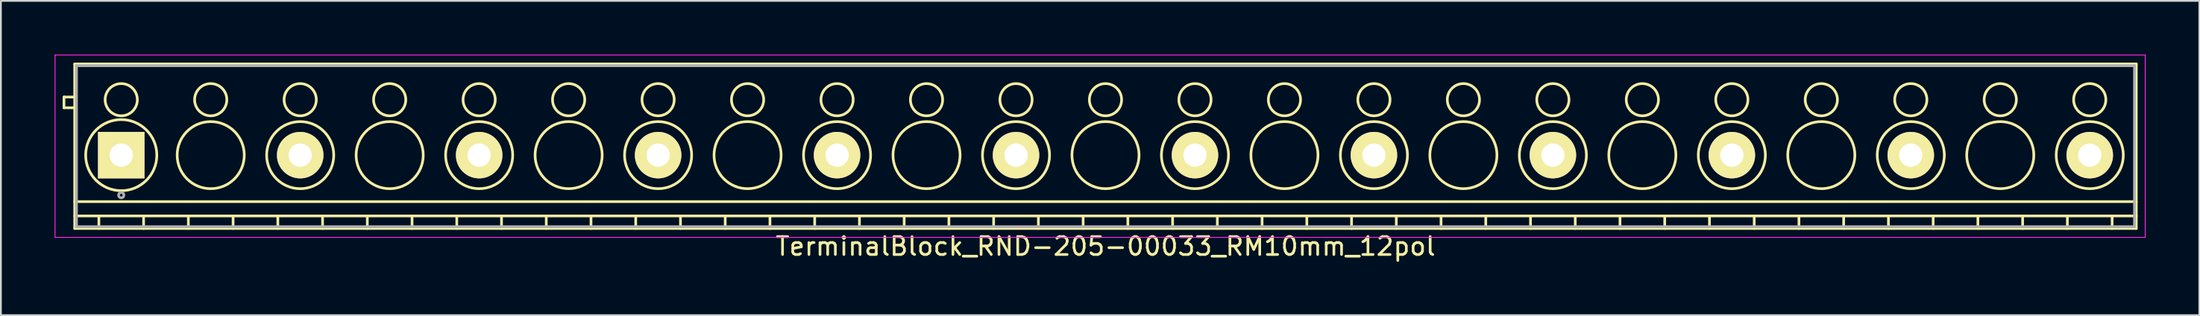
<source format=kicad_pcb>
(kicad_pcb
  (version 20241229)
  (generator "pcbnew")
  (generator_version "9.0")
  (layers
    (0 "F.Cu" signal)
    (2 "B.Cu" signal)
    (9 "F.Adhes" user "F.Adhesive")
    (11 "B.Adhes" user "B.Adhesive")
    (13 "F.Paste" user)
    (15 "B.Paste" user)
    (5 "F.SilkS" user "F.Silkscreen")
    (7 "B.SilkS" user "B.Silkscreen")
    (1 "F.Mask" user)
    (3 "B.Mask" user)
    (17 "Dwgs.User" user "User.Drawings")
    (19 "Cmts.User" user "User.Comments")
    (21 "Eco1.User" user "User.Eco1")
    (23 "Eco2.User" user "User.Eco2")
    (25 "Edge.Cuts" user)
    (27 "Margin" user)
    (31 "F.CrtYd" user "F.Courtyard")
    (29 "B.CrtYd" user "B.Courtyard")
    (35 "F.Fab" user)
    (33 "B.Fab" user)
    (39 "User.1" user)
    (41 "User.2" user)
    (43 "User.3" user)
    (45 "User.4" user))
  (footprint "TerminalBlock_RND-205-00033_RM10mm_12pol"
    (layer "F.Cu")
    (at 3.725 5.625)
    (property "Reference" "TerminalBlock_RND-205-00033_RM10mm_12pol" (at 55 5.1 0) (layer "F.SilkS") (effects (font (size 1 1) (thickness 0.15))))
    (attr through_hole)
    (fp_line (start -3.2 -3.25) (end -3.2 -2.65) (stroke (width 0.15) (type solid)) (layer "F.SilkS"))
    (fp_line (start -3.2 -2.65) (end -2.6 -2.65) (stroke (width 0.15) (type solid)) (layer "F.SilkS"))
    (fp_line (start -2.6 -5.1) (end 112.6 -5.1) (stroke (width 0.15) (type solid)) (layer "F.SilkS"))
    (fp_line (start -2.6 -3.25) (end -3.2 -3.25) (stroke (width 0.15) (type solid)) (layer "F.SilkS"))
    (fp_line (start -2.6 2.6) (end 112.6 2.6) (stroke (width 0.15) (type solid)) (layer "F.SilkS"))
    (fp_line (start -2.6 3.4) (end 112.6 3.4) (stroke (width 0.15) (type solid)) (layer "F.SilkS"))
    (fp_line (start -2.6 4.1) (end -2.6 -5.1) (stroke (width 0.15) (type solid)) (layer "F.SilkS"))
    (fp_line (start -1.25 3.4) (end -1.25 4.1) (stroke (width 0.15) (type solid)) (layer "F.SilkS"))
    (fp_line (start 1.25 3.4) (end 1.25 4.1) (stroke (width 0.15) (type solid)) (layer "F.SilkS"))
    (fp_line (start 3.75 3.4) (end 3.75 4.1) (stroke (width 0.15) (type solid)) (layer "F.SilkS"))
    (fp_line (start 6.25 3.4) (end 6.25 4.1) (stroke (width 0.15) (type solid)) (layer "F.SilkS"))
    (fp_line (start 8.75 3.4) (end 8.75 4.1) (stroke (width 0.15) (type solid)) (layer "F.SilkS"))
    (fp_line (start 11.25 3.4) (end 11.25 4.1) (stroke (width 0.15) (type solid)) (layer "F.SilkS"))
    (fp_line (start 13.75 3.4) (end 13.75 4.1) (stroke (width 0.15) (type solid)) (layer "F.SilkS"))
    (fp_line (start 16.25 3.4) (end 16.25 4.1) (stroke (width 0.15) (type solid)) (layer "F.SilkS"))
    (fp_line (start 18.75 3.4) (end 18.75 4.1) (stroke (width 0.15) (type solid)) (layer "F.SilkS"))
    (fp_line (start 21.25 3.4) (end 21.25 4.1) (stroke (width 0.15) (type solid)) (layer "F.SilkS"))
    (fp_line (start 23.75 3.4) (end 23.75 4.1) (stroke (width 0.15) (type solid)) (layer "F.SilkS"))
    (fp_line (start 26.25 3.4) (end 26.25 4.1) (stroke (width 0.15) (type solid)) (layer "F.SilkS"))
    (fp_line (start 28.75 3.4) (end 28.75 4.1) (stroke (width 0.15) (type solid)) (layer "F.SilkS"))
    (fp_line (start 31.25 3.4) (end 31.25 4.1) (stroke (width 0.15) (type solid)) (layer "F.SilkS"))
    (fp_line (start 33.75 3.4) (end 33.75 4.1) (stroke (width 0.15) (type solid)) (layer "F.SilkS"))
    (fp_line (start 36.25 3.4) (end 36.25 4.1) (stroke (width 0.15) (type solid)) (layer "F.SilkS"))
    (fp_line (start 38.75 3.4) (end 38.75 4.1) (stroke (width 0.15) (type solid)) (layer "F.SilkS"))
    (fp_line (start 41.25 3.4) (end 41.25 4.1) (stroke (width 0.15) (type solid)) (layer "F.SilkS"))
    (fp_line (start 43.75 3.4) (end 43.75 4.1) (stroke (width 0.15) (type solid)) (layer "F.SilkS"))
    (fp_line (start 46.25 3.4) (end 46.25 4.1) (stroke (width 0.15) (type solid)) (layer "F.SilkS"))
    (fp_line (start 48.75 3.4) (end 48.75 4.1) (stroke (width 0.15) (type solid)) (layer "F.SilkS"))
    (fp_line (start 51.25 3.4) (end 51.25 4.1) (stroke (width 0.15) (type solid)) (layer "F.SilkS"))
    (fp_line (start 53.75 3.4) (end 53.75 4.1) (stroke (width 0.15) (type solid)) (layer "F.SilkS"))
    (fp_line (start 56.25 3.4) (end 56.25 4.1) (stroke (width 0.15) (type solid)) (layer "F.SilkS"))
    (fp_line (start 58.75 3.4) (end 58.75 4.1) (stroke (width 0.15) (type solid)) (layer "F.SilkS"))
    (fp_line (start 61.25 3.4) (end 61.25 4.1) (stroke (width 0.15) (type solid)) (layer "F.SilkS"))
    (fp_line (start 63.75 3.4) (end 63.75 4.1) (stroke (width 0.15) (type solid)) (layer "F.SilkS"))
    (fp_line (start 66.25 3.4) (end 66.25 4.1) (stroke (width 0.15) (type solid)) (layer "F.SilkS"))
    (fp_line (start 68.75 3.4) (end 68.75 4.1) (stroke (width 0.15) (type solid)) (layer "F.SilkS"))
    (fp_line (start 71.25 3.4) (end 71.25 4.1) (stroke (width 0.15) (type solid)) (layer "F.SilkS"))
    (fp_line (start 73.75 3.4) (end 73.75 4.1) (stroke (width 0.15) (type solid)) (layer "F.SilkS"))
    (fp_line (start 76.25 3.4) (end 76.25 4.1) (stroke (width 0.15) (type solid)) (layer "F.SilkS"))
    (fp_line (start 78.75 3.4) (end 78.75 4.1) (stroke (width 0.15) (type solid)) (layer "F.SilkS"))
    (fp_line (start 81.25 3.4) (end 81.25 4.1) (stroke (width 0.15) (type solid)) (layer "F.SilkS"))
    (fp_line (start 83.75 3.4) (end 83.75 4.1) (stroke (width 0.15) (type solid)) (layer "F.SilkS"))
    (fp_line (start 86.25 3.4) (end 86.25 4.1) (stroke (width 0.15) (type solid)) (layer "F.SilkS"))
    (fp_line (start 88.75 3.4) (end 88.75 4.1) (stroke (width 0.15) (type solid)) (layer "F.SilkS"))
    (fp_line (start 91.25 3.4) (end 91.25 4.1) (stroke (width 0.15) (type solid)) (layer "F.SilkS"))
    (fp_line (start 93.75 3.4) (end 93.75 4.1) (stroke (width 0.15) (type solid)) (layer "F.SilkS"))
    (fp_line (start 96.25 3.4) (end 96.25 4.1) (stroke (width 0.15) (type solid)) (layer "F.SilkS"))
    (fp_line (start 98.75 3.4) (end 98.75 4.1) (stroke (width 0.15) (type solid)) (layer "F.SilkS"))
    (fp_line (start 101.25 3.4) (end 101.25 4.1) (stroke (width 0.15) (type solid)) (layer "F.SilkS"))
    (fp_line (start 103.75 3.4) (end 103.75 4.1) (stroke (width 0.15) (type solid)) (layer "F.SilkS"))
    (fp_line (start 106.25 3.4) (end 106.25 4.1) (stroke (width 0.15) (type solid)) (layer "F.SilkS"))
    (fp_line (start 108.75 3.4) (end 108.75 4.1) (stroke (width 0.15) (type solid)) (layer "F.SilkS"))
    (fp_line (start 111.25 3.4) (end 111.25 4.1) (stroke (width 0.15) (type solid)) (layer "F.SilkS"))
    (fp_line (start 112.6 -5.1) (end 112.6 4.1) (stroke (width 0.15) (type solid)) (layer "F.SilkS"))
    (fp_line (start 112.6 4.1) (end -2.6 4.1) (stroke (width 0.15) (type solid)) (layer "F.SilkS"))
    (fp_circle (center 0 -3.1) (end -0.9 -3.1) (stroke (width 0.15) (type solid)) (fill no) (layer "F.SilkS"))
    (fp_circle (center 0 0) (end -1.988 0) (stroke (width 0.15) (type solid)) (fill no) (layer "F.SilkS"))
    (fp_circle (center 5 -3.1) (end 4.1 -3.1) (stroke (width 0.15) (type solid)) (fill no) (layer "F.SilkS"))
    (fp_circle (center 5 0) (end 3.125 0) (stroke (width 0.15) (type solid)) (fill no) (layer "F.SilkS"))
    (fp_circle (center 10 -3.1) (end 9.1 -3.1) (stroke (width 0.15) (type solid)) (fill no) (layer "F.SilkS"))
    (fp_circle (center 10 0) (end 8.125 0) (stroke (width 0.15) (type solid)) (fill no) (layer "F.SilkS"))
    (fp_circle (center 15 -3.1) (end 14.1 -3.1) (stroke (width 0.15) (type solid)) (fill no) (layer "F.SilkS"))
    (fp_circle (center 15 0) (end 13.125 0) (stroke (width 0.15) (type solid)) (fill no) (layer "F.SilkS"))
    (fp_circle (center 20 -3.1) (end 19.1 -3.1) (stroke (width 0.15) (type solid)) (fill no) (layer "F.SilkS"))
    (fp_circle (center 20 0) (end 18.125 0) (stroke (width 0.15) (type solid)) (fill no) (layer "F.SilkS"))
    (fp_circle (center 25 -3.1) (end 24.1 -3.1) (stroke (width 0.15) (type solid)) (fill no) (layer "F.SilkS"))
    (fp_circle (center 25 0) (end 23.125 0) (stroke (width 0.15) (type solid)) (fill no) (layer "F.SilkS"))
    (fp_circle (center 30 -3.1) (end 29.1 -3.1) (stroke (width 0.15) (type solid)) (fill no) (layer "F.SilkS"))
    (fp_circle (center 30 0) (end 28.125 0) (stroke (width 0.15) (type solid)) (fill no) (layer "F.SilkS"))
    (fp_circle (center 35 -3.1) (end 34.1 -3.1) (stroke (width 0.15) (type solid)) (fill no) (layer "F.SilkS"))
    (fp_circle (center 35 0) (end 33.125 0) (stroke (width 0.15) (type solid)) (fill no) (layer "F.SilkS"))
    (fp_circle (center 40 -3.1) (end 39.1 -3.1) (stroke (width 0.15) (type solid)) (fill no) (layer "F.SilkS"))
    (fp_circle (center 40 0) (end 38.125 0) (stroke (width 0.15) (type solid)) (fill no) (layer "F.SilkS"))
    (fp_circle (center 45 -3.1) (end 44.1 -3.1) (stroke (width 0.15) (type solid)) (fill no) (layer "F.SilkS"))
    (fp_circle (center 45 0) (end 43.125 0) (stroke (width 0.15) (type solid)) (fill no) (layer "F.SilkS"))
    (fp_circle (center 50 -3.1) (end 49.1 -3.1) (stroke (width 0.15) (type solid)) (fill no) (layer "F.SilkS"))
    (fp_circle (center 50 0) (end 48.125 0) (stroke (width 0.15) (type solid)) (fill no) (layer "F.SilkS"))
    (fp_circle (center 55 -3.1) (end 54.1 -3.1) (stroke (width 0.15) (type solid)) (fill no) (layer "F.SilkS"))
    (fp_circle (center 55 0) (end 53.125 0) (stroke (width 0.15) (type solid)) (fill no) (layer "F.SilkS"))
    (fp_circle (center 60 -3.1) (end 59.1 -3.1) (stroke (width 0.15) (type solid)) (fill no) (layer "F.SilkS"))
    (fp_circle (center 60 0) (end 58.125 0) (stroke (width 0.15) (type solid)) (fill no) (layer "F.SilkS"))
    (fp_circle (center 65 -3.1) (end 64.1 -3.1) (stroke (width 0.15) (type solid)) (fill no) (layer "F.SilkS"))
    (fp_circle (center 65 0) (end 63.125 0) (stroke (width 0.15) (type solid)) (fill no) (layer "F.SilkS"))
    (fp_circle (center 70 -3.1) (end 69.1 -3.1) (stroke (width 0.15) (type solid)) (fill no) (layer "F.SilkS"))
    (fp_circle (center 70 0) (end 68.125 0) (stroke (width 0.15) (type solid)) (fill no) (layer "F.SilkS"))
    (fp_circle (center 75 -3.1) (end 74.1 -3.1) (stroke (width 0.15) (type solid)) (fill no) (layer "F.SilkS"))
    (fp_circle (center 75 0) (end 73.125 0) (stroke (width 0.15) (type solid)) (fill no) (layer "F.SilkS"))
    (fp_circle (center 80 -3.1) (end 79.1 -3.1) (stroke (width 0.15) (type solid)) (fill no) (layer "F.SilkS"))
    (fp_circle (center 80 0) (end 78.125 0) (stroke (width 0.15) (type solid)) (fill no) (layer "F.SilkS"))
    (fp_circle (center 85 -3.1) (end 84.1 -3.1) (stroke (width 0.15) (type solid)) (fill no) (layer "F.SilkS"))
    (fp_circle (center 85 0) (end 83.125 0) (stroke (width 0.15) (type solid)) (fill no) (layer "F.SilkS"))
    (fp_circle (center 90 -3.1) (end 89.1 -3.1) (stroke (width 0.15) (type solid)) (fill no) (layer "F.SilkS"))
    (fp_circle (center 90 0) (end 88.125 0) (stroke (width 0.15) (type solid)) (fill no) (layer "F.SilkS"))
    (fp_circle (center 95 -3.1) (end 94.1 -3.1) (stroke (width 0.15) (type solid)) (fill no) (layer "F.SilkS"))
    (fp_circle (center 95 0) (end 93.125 0) (stroke (width 0.15) (type solid)) (fill no) (layer "F.SilkS"))
    (fp_circle (center 100 -3.1) (end 99.1 -3.1) (stroke (width 0.15) (type solid)) (fill no) (layer "F.SilkS"))
    (fp_circle (center 100 0) (end 98.125 0) (stroke (width 0.15) (type solid)) (fill no) (layer "F.SilkS"))
    (fp_circle (center 105 -3.1) (end 104.1 -3.1) (stroke (width 0.15) (type solid)) (fill no) (layer "F.SilkS"))
    (fp_circle (center 105 0) (end 103.125 0) (stroke (width 0.15) (type solid)) (fill no) (layer "F.SilkS"))
    (fp_circle (center 110 -3.1) (end 109.1 -3.1) (stroke (width 0.15) (type solid)) (fill no) (layer "F.SilkS"))
    (fp_circle (center 110 0) (end 108.125 0) (stroke (width 0.15) (type solid)) (fill no) (layer "F.SilkS"))
    (fp_line (start -3.7 -5.6) (end 113.1 -5.6) (stroke (width 0.05) (type solid)) (layer "F.CrtYd"))
    (fp_line (start -3.7 4.6) (end -3.7 -5.6) (stroke (width 0.05) (type solid)) (layer "F.CrtYd"))
    (fp_line (start 113.1 -5.6) (end 113.1 4.6) (stroke (width 0.05) (type solid)) (layer "F.CrtYd"))
    (fp_line (start 113.1 4.6) (end -3.7 4.6) (stroke (width 0.05) (type solid)) (layer "F.CrtYd"))
    (fp_line (start -2.5 -5) (end 112.5 -5) (stroke (width 0.15) (type solid)) (layer "F.Fab"))
    (fp_line (start -2.5 4) (end -2.5 -5) (stroke (width 0.15) (type solid)) (layer "F.Fab"))
    (fp_line (start 112.5 -5) (end 112.5 4) (stroke (width 0.15) (type solid)) (layer "F.Fab"))
    (fp_line (start 112.5 4) (end -2.5 4) (stroke (width 0.15) (type solid)) (layer "F.Fab"))
    (fp_circle (center 0 2.238) (end -0.15 2.238) (stroke (width 0.15) (type solid)) (fill no) (layer "F.Fab"))
    (pad "1" thru_hole rect (at 0 0) (size 2.6 2.6) (drill 1.3) (layers "*.Cu" "*.Mask" "F.SilkS"))
    (pad "2" thru_hole circle (at 10 0) (size 2.6 2.6) (drill 1.3) (layers "*.Cu" "*.Mask" "F.SilkS"))
    (pad "3" thru_hole circle (at 20 0) (size 2.6 2.6) (drill 1.3) (layers "*.Cu" "*.Mask" "F.SilkS"))
    (pad "4" thru_hole circle (at 30 0) (size 2.6 2.6) (drill 1.3) (layers "*.Cu" "*.Mask" "F.SilkS"))
    (pad "5" thru_hole circle (at 40 0) (size 2.6 2.6) (drill 1.3) (layers "*.Cu" "*.Mask" "F.SilkS"))
    (pad "6" thru_hole circle (at 50 0) (size 2.6 2.6) (drill 1.3) (layers "*.Cu" "*.Mask" "F.SilkS"))
    (pad "7" thru_hole circle (at 60 0) (size 2.6 2.6) (drill 1.3) (layers "*.Cu" "*.Mask" "F.SilkS"))
    (pad "8" thru_hole circle (at 70 0) (size 2.6 2.6) (drill 1.3) (layers "*.Cu" "*.Mask" "F.SilkS"))
    (pad "9" thru_hole circle (at 80 0) (size 2.6 2.6) (drill 1.3) (layers "*.Cu" "*.Mask" "F.SilkS"))
    (pad "10" thru_hole circle (at 90 0) (size 2.6 2.6) (drill 1.3) (layers "*.Cu" "*.Mask" "F.SilkS"))
    (pad "11" thru_hole circle (at 100 0) (size 2.6 2.6) (drill 1.3) (layers "*.Cu" "*.Mask" "F.SilkS"))
    (pad "12" thru_hole circle (at 110 0) (size 2.6 2.6) (drill 1.3) (layers "*.Cu" "*.Mask" "F.SilkS")))
  (gr_rect
    (start -3 -3)
    (end 119.85 14.573)
    (stroke (width 0.1) (type default))
    (fill no)
    (layer "Edge.Cuts")))
</source>
